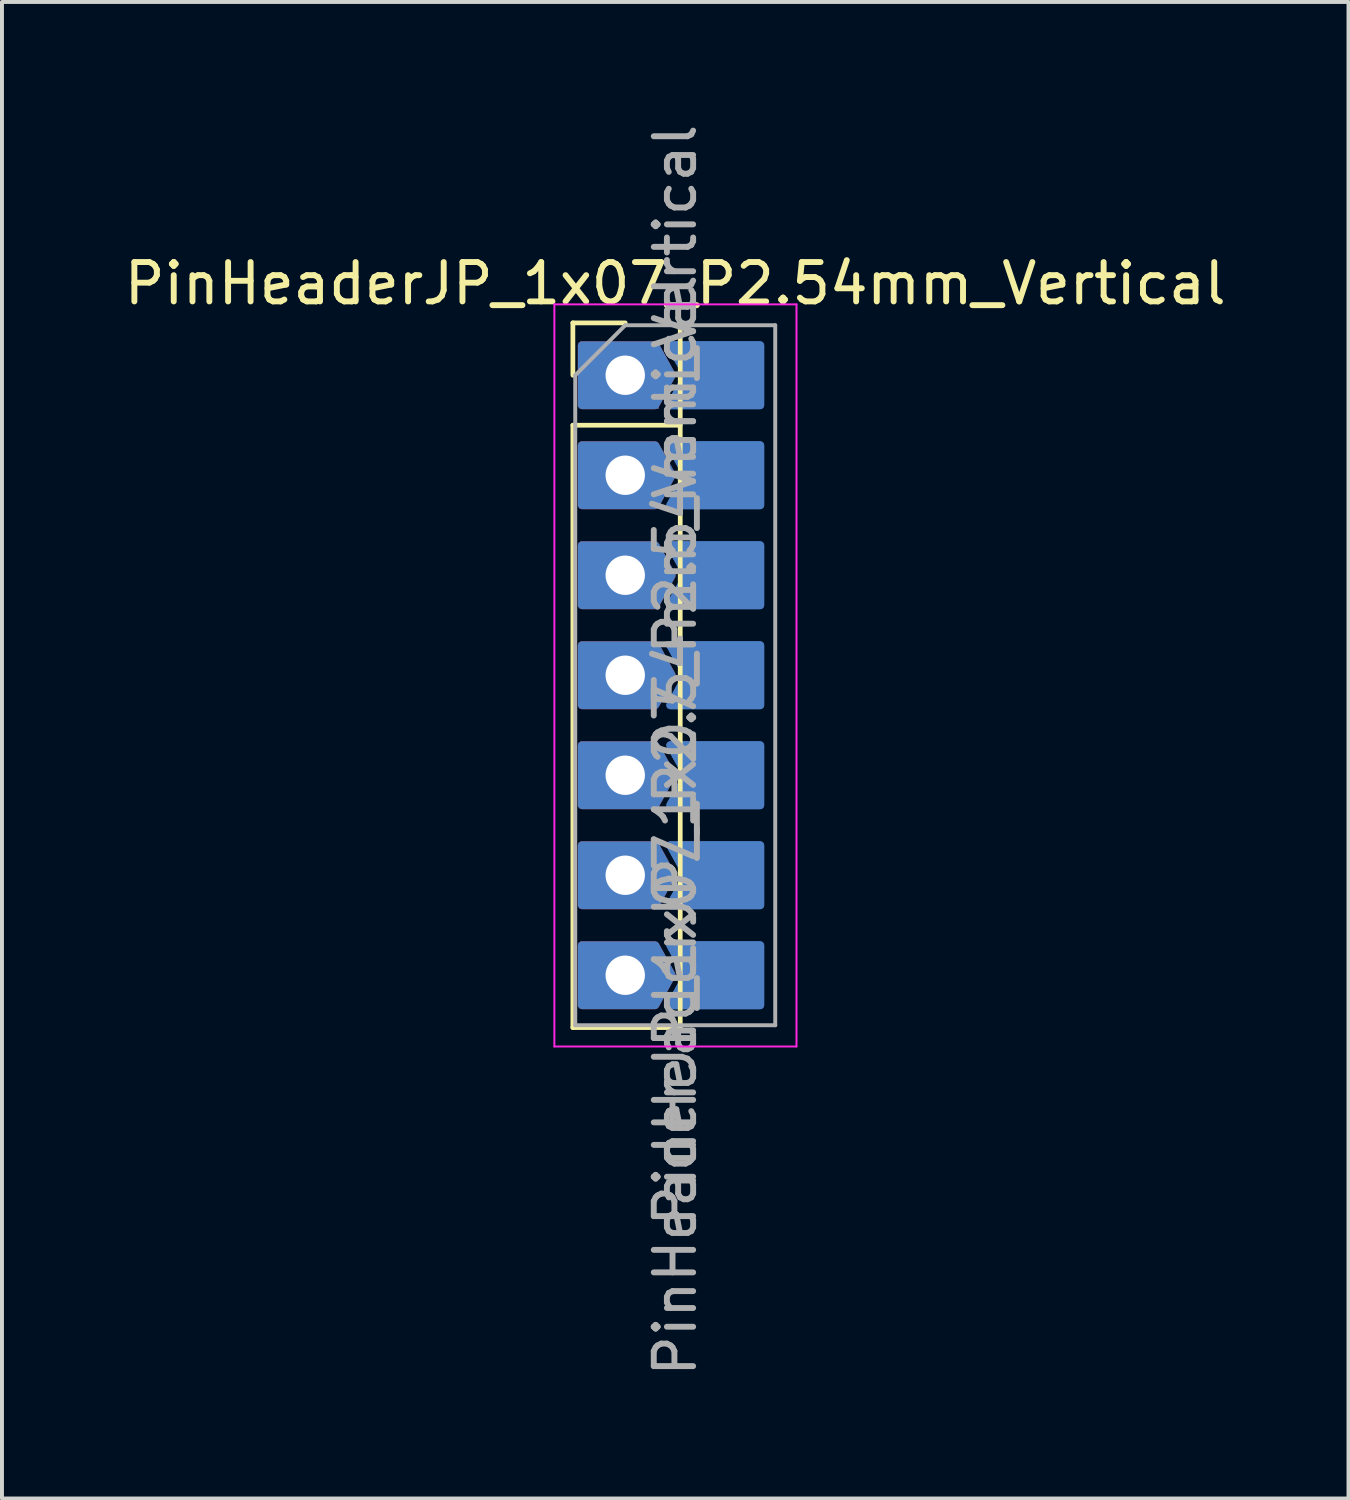
<source format=kicad_pcb>
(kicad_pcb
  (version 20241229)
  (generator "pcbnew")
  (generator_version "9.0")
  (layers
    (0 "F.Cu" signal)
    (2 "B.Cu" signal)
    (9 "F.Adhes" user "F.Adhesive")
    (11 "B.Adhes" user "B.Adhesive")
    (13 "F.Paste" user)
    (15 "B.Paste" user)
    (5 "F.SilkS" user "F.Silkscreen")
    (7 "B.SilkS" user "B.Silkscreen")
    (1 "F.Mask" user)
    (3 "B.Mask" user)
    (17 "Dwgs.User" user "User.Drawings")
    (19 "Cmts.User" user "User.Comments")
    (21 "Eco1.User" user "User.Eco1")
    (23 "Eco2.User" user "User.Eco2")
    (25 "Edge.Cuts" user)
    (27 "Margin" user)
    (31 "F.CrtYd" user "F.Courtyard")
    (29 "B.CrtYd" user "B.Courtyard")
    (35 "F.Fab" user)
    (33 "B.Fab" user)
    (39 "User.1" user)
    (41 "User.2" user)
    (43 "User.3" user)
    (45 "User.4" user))
  (footprint "PinHeaderJP_1x07_P2.54mm_Vertical"
    (layer "F.Cu")
    (at 12.831 6.481)
    (property "Reference" "PinHeaderJP_1x07_P2.54mm_Vertical" (at 1.27 -2.33 0) (layer "F.SilkS") (effects (font (size 1 1) (thickness 0.15))))
    (attr through_hole)
    (fp_poly (pts (xy 1.143 -0.762) (xy 1.563 0) (xy 1.143 0.762) (xy 3.429 0.762) (xy 3.429 -0.762)) (stroke (width 0.2) (type solid)) (fill yes) (layer "B.Cu"))
    (fp_poly (pts (xy 1.143 1.778) (xy 1.563 2.54) (xy 1.143 3.302) (xy 3.429 3.302) (xy 3.429 1.778)) (stroke (width 0.2) (type solid)) (fill yes) (layer "B.Cu"))
    (fp_poly (pts (xy 1.143 4.318) (xy 1.563 5.08) (xy 1.143 5.842) (xy 3.429 5.842) (xy 3.429 4.318)) (stroke (width 0.2) (type solid)) (fill yes) (layer "B.Cu"))
    (fp_poly (pts (xy 1.143 6.858) (xy 1.563 7.62) (xy 1.143 8.382) (xy 3.429 8.382) (xy 3.429 6.858)) (stroke (width 0.2) (type solid)) (fill yes) (layer "B.Cu"))
    (fp_poly (pts (xy 1.143 9.398) (xy 1.563 10.16) (xy 1.143 10.922) (xy 3.429 10.922) (xy 3.429 9.398)) (stroke (width 0.2) (type solid)) (fill yes) (layer "B.Cu"))
    (fp_poly (pts (xy 1.143 11.938) (xy 1.563 12.7) (xy 1.143 13.462) (xy 3.429 13.462) (xy 3.429 11.938)) (stroke (width 0.2) (type solid)) (fill yes) (layer "B.Cu"))
    (fp_poly (pts (xy 1.143 14.478) (xy 1.563 15.24) (xy 1.143 16.002) (xy 3.429 16.002) (xy 3.429 14.478)) (stroke (width 0.2) (type solid)) (fill yes) (layer "B.Cu"))
    (fp_line (start -1.33 -1.33) (end 0 -1.33) (stroke (width 0.12) (type solid)) (layer "F.SilkS"))
    (fp_line (start -1.33 0) (end -1.33 -1.33) (stroke (width 0.12) (type solid)) (layer "F.SilkS"))
    (fp_line (start -1.33 1.27) (end -1.33 16.57) (stroke (width 0.12) (type solid)) (layer "F.SilkS"))
    (fp_line (start -1.33 1.27) (end 1.397 1.27) (stroke (width 0.12) (type solid)) (layer "F.SilkS"))
    (fp_line (start -1.33 16.57) (end 1.397 16.57) (stroke (width 0.12) (type solid)) (layer "F.SilkS"))
    (fp_line (start 1.397 -1.33) (end 1.397 16.57) (stroke (width 0.12) (type solid)) (layer "F.SilkS"))
    (fp_line (start -1.8 -1.8) (end -1.8 17.05) (stroke (width 0.05) (type solid)) (layer "F.CrtYd"))
    (fp_line (start -1.8 17.05) (end 4.35 17.05) (stroke (width 0.05) (type solid)) (layer "F.CrtYd"))
    (fp_line (start 4.35 -1.8) (end -1.8 -1.8) (stroke (width 0.05) (type solid)) (layer "F.CrtYd"))
    (fp_line (start 4.35 17.05) (end 4.35 -1.8) (stroke (width 0.05) (type solid)) (layer "F.CrtYd"))
    (fp_line (start -1.27 0) (end 0 -1.27) (stroke (width 0.1) (type solid)) (layer "F.Fab"))
    (fp_line (start -1.27 16.51) (end -1.27 0) (stroke (width 0.1) (type solid)) (layer "F.Fab"))
    (fp_line (start 0 -1.27) (end 3.81 -1.27) (stroke (width 0.1) (type solid)) (layer "F.Fab"))
    (fp_line (start 3.81 -1.27) (end 3.81 16.51) (stroke (width 0.1) (type solid)) (layer "F.Fab"))
    (fp_line (start 3.81 16.51) (end -1.27 16.51) (stroke (width 0.1) (type solid)) (layer "F.Fab"))
    (fp_text user "${REFERENCE}" (at 1.27 11.43 90) (layer "F.Fab") (effects (font (size 1 1) (thickness 0.15))))
    (fp_text user "${REFERENCE}" (at 1.27 7.62 90) (layer "F.Fab") (effects (font (size 1 1) (thickness 0.15))))
    (pad "1" thru_hole custom (at 0 0) (size 1.7 1.7) (drill 1) (layers "*.Cu" "*.Mask") (options (anchor rect)) (primitives (gr_poly (pts (xy -1.104 -0.762) (xy -1.104 0.762) (xy 0.762 0.762) (xy 1.182 0) (xy 0.762 -0.762)) (width 0.2) (fill yes))))
    (pad "2" smd custom (at 2.413 0) (size 1.7 1.7) (layers "B.Cu" "B.Mask" "B.Paste") (options (anchor circle)) (primitives (gr_poly (pts (xy 0.85 0) (xy 0.831 -0.177) (xy 0.777 -0.346) (xy 0.688 -0.5) (xy 0.569 -0.632) (xy 0.425 -0.736) (xy 0.263 -0.808) (xy 0.089 -0.845) (xy -0.089 -0.845) (xy -0.263 -0.808) (xy -0.425 -0.736) (xy -0.569 -0.632) (xy -0.688 -0.5) (xy -0.777 -0.346) (xy -0.831 -0.177) (xy -0.85 0) (xy -0.831 0.177) (xy -0.777 0.346) (xy -0.688 0.5) (xy -0.569 0.632) (xy -0.425 0.736) (xy -0.263 0.808) (xy -0.089 0.845) (xy 0.089 0.845) (xy 0.263 0.808) (xy 0.425 0.736) (xy 0.569 0.632) (xy 0.688 0.5) (xy 0.777 0.346) (xy 0.831 0.177) (xy 0.85 0)) (width 0) (fill yes)) (gr_poly (pts (xy -1.27 -0.762) (xy -0.85 0) (xy -1.27 0.762) (xy 1.016 0.762) (xy 1.016 -0.762)) (width 0.2) (fill yes))))
    (pad "3" thru_hole custom (at 0 2.54) (size 1.7 1.7) (drill 1) (layers "*.Cu" "*.Mask") (options (anchor circle)) (primitives (gr_poly (pts (xy 0.85 0) (xy 0.831 -0.177) (xy 0.777 -0.346) (xy 0.688 -0.5) (xy 0.569 -0.632) (xy 0.425 -0.736) (xy 0.263 -0.808) (xy 0.089 -0.845) (xy -0.089 -0.845) (xy -0.263 -0.808) (xy -0.425 -0.736) (xy -0.569 -0.632) (xy -0.688 -0.5) (xy -0.777 -0.346) (xy -0.831 -0.177) (xy -0.85 0) (xy -0.831 0.177) (xy -0.777 0.346) (xy -0.688 0.5) (xy -0.569 0.632) (xy -0.425 0.736) (xy -0.263 0.808) (xy -0.089 0.845) (xy 0.089 0.845) (xy 0.263 0.808) (xy 0.425 0.736) (xy 0.569 0.632) (xy 0.688 0.5) (xy 0.777 0.346) (xy 0.831 0.177) (xy 0.85 0)) (width 0) (fill yes)) (gr_poly (pts (xy -1.104 -0.762) (xy -1.104 0.762) (xy 0.762 0.762) (xy 1.182 0) (xy 0.762 -0.762)) (width 0.2) (fill yes))))
    (pad "4" smd custom (at 2.413 2.54) (size 1.7 1.7) (layers "B.Cu" "B.Mask" "B.Paste") (options (anchor circle)) (primitives (gr_poly (pts (xy 0.85 0) (xy 0.831 -0.177) (xy 0.777 -0.346) (xy 0.688 -0.5) (xy 0.569 -0.632) (xy 0.425 -0.736) (xy 0.263 -0.808) (xy 0.089 -0.845) (xy -0.089 -0.845) (xy -0.263 -0.808) (xy -0.425 -0.736) (xy -0.569 -0.632) (xy -0.688 -0.5) (xy -0.777 -0.346) (xy -0.831 -0.177) (xy -0.85 0) (xy -0.831 0.177) (xy -0.777 0.346) (xy -0.688 0.5) (xy -0.569 0.632) (xy -0.425 0.736) (xy -0.263 0.808) (xy -0.089 0.845) (xy 0.089 0.845) (xy 0.263 0.808) (xy 0.425 0.736) (xy 0.569 0.632) (xy 0.688 0.5) (xy 0.777 0.346) (xy 0.831 0.177) (xy 0.85 0)) (width 0) (fill yes)) (gr_poly (pts (xy -1.27 -0.762) (xy -0.85 0) (xy -1.27 0.762) (xy 1.016 0.762) (xy 1.016 -0.762)) (width 0.2) (fill yes))))
    (pad "5" thru_hole custom (at 0 5.08) (size 1.7 1.7) (drill 1) (layers "*.Cu" "*.Mask") (options (anchor circle)) (primitives (gr_poly (pts (xy 0.85 0) (xy 0.831 -0.177) (xy 0.777 -0.346) (xy 0.688 -0.5) (xy 0.569 -0.632) (xy 0.425 -0.736) (xy 0.263 -0.808) (xy 0.089 -0.845) (xy -0.089 -0.845) (xy -0.263 -0.808) (xy -0.425 -0.736) (xy -0.569 -0.632) (xy -0.688 -0.5) (xy -0.777 -0.346) (xy -0.831 -0.177) (xy -0.85 0) (xy -0.831 0.177) (xy -0.777 0.346) (xy -0.688 0.5) (xy -0.569 0.632) (xy -0.425 0.736) (xy -0.263 0.808) (xy -0.089 0.845) (xy 0.089 0.845) (xy 0.263 0.808) (xy 0.425 0.736) (xy 0.569 0.632) (xy 0.688 0.5) (xy 0.777 0.346) (xy 0.831 0.177) (xy 0.85 0)) (width 0) (fill yes)) (gr_poly (pts (xy -1.104 -0.762) (xy -1.104 0.762) (xy 0.762 0.762) (xy 1.182 0) (xy 0.762 -0.762)) (width 0.2) (fill yes))))
    (pad "6" smd custom (at 2.413 5.08) (size 1.7 1.7) (layers "B.Cu" "B.Mask" "B.Paste") (options (anchor circle)) (primitives (gr_poly (pts (xy 0.85 0) (xy 0.831 -0.177) (xy 0.777 -0.346) (xy 0.688 -0.5) (xy 0.569 -0.632) (xy 0.425 -0.736) (xy 0.263 -0.808) (xy 0.089 -0.845) (xy -0.089 -0.845) (xy -0.263 -0.808) (xy -0.425 -0.736) (xy -0.569 -0.632) (xy -0.688 -0.5) (xy -0.777 -0.346) (xy -0.831 -0.177) (xy -0.85 0) (xy -0.831 0.177) (xy -0.777 0.346) (xy -0.688 0.5) (xy -0.569 0.632) (xy -0.425 0.736) (xy -0.263 0.808) (xy -0.089 0.845) (xy 0.089 0.845) (xy 0.263 0.808) (xy 0.425 0.736) (xy 0.569 0.632) (xy 0.688 0.5) (xy 0.777 0.346) (xy 0.831 0.177) (xy 0.85 0)) (width 0) (fill yes)) (gr_poly (pts (xy -1.27 -0.762) (xy -0.85 0) (xy -1.27 0.762) (xy 1.016 0.762) (xy 1.016 -0.762)) (width 0.2) (fill yes))))
    (pad "7" thru_hole custom (at 0 7.62) (size 1.7 1.7) (drill 1) (layers "*.Cu" "*.Mask") (options (anchor circle)) (primitives (gr_poly (pts (xy 0.85 0) (xy 0.831 -0.177) (xy 0.777 -0.346) (xy 0.688 -0.5) (xy 0.569 -0.632) (xy 0.425 -0.736) (xy 0.263 -0.808) (xy 0.089 -0.845) (xy -0.089 -0.845) (xy -0.263 -0.808) (xy -0.425 -0.736) (xy -0.569 -0.632) (xy -0.688 -0.5) (xy -0.777 -0.346) (xy -0.831 -0.177) (xy -0.85 0) (xy -0.831 0.177) (xy -0.777 0.346) (xy -0.688 0.5) (xy -0.569 0.632) (xy -0.425 0.736) (xy -0.263 0.808) (xy -0.089 0.845) (xy 0.089 0.845) (xy 0.263 0.808) (xy 0.425 0.736) (xy 0.569 0.632) (xy 0.688 0.5) (xy 0.777 0.346) (xy 0.831 0.177) (xy 0.85 0)) (width 0) (fill yes)) (gr_poly (pts (xy -1.104 -0.762) (xy -1.104 0.762) (xy 0.762 0.762) (xy 1.182 0) (xy 0.762 -0.762)) (width 0.2) (fill yes))))
    (pad "8" smd custom (at 2.413 7.62) (size 1.7 1.7) (layers "B.Cu" "B.Mask" "B.Paste") (options (anchor circle)) (primitives (gr_poly (pts (xy 0.85 0) (xy 0.831 -0.177) (xy 0.777 -0.346) (xy 0.688 -0.5) (xy 0.569 -0.632) (xy 0.425 -0.736) (xy 0.263 -0.808) (xy 0.089 -0.845) (xy -0.089 -0.845) (xy -0.263 -0.808) (xy -0.425 -0.736) (xy -0.569 -0.632) (xy -0.688 -0.5) (xy -0.777 -0.346) (xy -0.831 -0.177) (xy -0.85 0) (xy -0.831 0.177) (xy -0.777 0.346) (xy -0.688 0.5) (xy -0.569 0.632) (xy -0.425 0.736) (xy -0.263 0.808) (xy -0.089 0.845) (xy 0.089 0.845) (xy 0.263 0.808) (xy 0.425 0.736) (xy 0.569 0.632) (xy 0.688 0.5) (xy 0.777 0.346) (xy 0.831 0.177) (xy 0.85 0)) (width 0) (fill yes)) (gr_poly (pts (xy -1.27 -0.762) (xy -0.85 0) (xy -1.27 0.762) (xy 1.016 0.762) (xy 1.016 -0.762)) (width 0.2) (fill yes))))
    (pad "9" thru_hole custom (at 0 10.16) (size 1.7 1.7) (drill 1) (layers "*.Cu" "*.Mask") (options (anchor circle)) (primitives (gr_poly (pts (xy 0.85 0) (xy 0.831 -0.177) (xy 0.777 -0.346) (xy 0.688 -0.5) (xy 0.569 -0.632) (xy 0.425 -0.736) (xy 0.263 -0.808) (xy 0.089 -0.845) (xy -0.089 -0.845) (xy -0.263 -0.808) (xy -0.425 -0.736) (xy -0.569 -0.632) (xy -0.688 -0.5) (xy -0.777 -0.346) (xy -0.831 -0.177) (xy -0.85 0) (xy -0.831 0.177) (xy -0.777 0.346) (xy -0.688 0.5) (xy -0.569 0.632) (xy -0.425 0.736) (xy -0.263 0.808) (xy -0.089 0.845) (xy 0.089 0.845) (xy 0.263 0.808) (xy 0.425 0.736) (xy 0.569 0.632) (xy 0.688 0.5) (xy 0.777 0.346) (xy 0.831 0.177) (xy 0.85 0)) (width 0) (fill yes)) (gr_poly (pts (xy -1.104 -0.762) (xy -1.104 0.762) (xy 0.762 0.762) (xy 1.182 0) (xy 0.762 -0.762)) (width 0.2) (fill yes))))
    (pad "10" smd custom (at 2.413 10.16) (size 1.7 1.7) (layers "B.Cu" "B.Mask" "B.Paste") (options (anchor circle)) (primitives (gr_poly (pts (xy 0.85 0) (xy 0.831 -0.177) (xy 0.777 -0.346) (xy 0.688 -0.5) (xy 0.569 -0.632) (xy 0.425 -0.736) (xy 0.263 -0.808) (xy 0.089 -0.845) (xy -0.089 -0.845) (xy -0.263 -0.808) (xy -0.425 -0.736) (xy -0.569 -0.632) (xy -0.688 -0.5) (xy -0.777 -0.346) (xy -0.831 -0.177) (xy -0.85 0) (xy -0.831 0.177) (xy -0.777 0.346) (xy -0.688 0.5) (xy -0.569 0.632) (xy -0.425 0.736) (xy -0.263 0.808) (xy -0.089 0.845) (xy 0.089 0.845) (xy 0.263 0.808) (xy 0.425 0.736) (xy 0.569 0.632) (xy 0.688 0.5) (xy 0.777 0.346) (xy 0.831 0.177) (xy 0.85 0)) (width 0) (fill yes)) (gr_poly (pts (xy -1.27 -0.762) (xy -0.85 0) (xy -1.27 0.762) (xy 1.016 0.762) (xy 1.016 -0.762)) (width 0.2) (fill yes))))
    (pad "11" thru_hole custom (at 0 12.7) (size 1.7 1.7) (drill 1) (layers "*.Cu" "*.Mask") (options (anchor circle)) (primitives (gr_poly (pts (xy 0.85 0) (xy 0.831 -0.177) (xy 0.777 -0.346) (xy 0.688 -0.5) (xy 0.569 -0.632) (xy 0.425 -0.736) (xy 0.263 -0.808) (xy 0.089 -0.845) (xy -0.089 -0.845) (xy -0.263 -0.808) (xy -0.425 -0.736) (xy -0.569 -0.632) (xy -0.688 -0.5) (xy -0.777 -0.346) (xy -0.831 -0.177) (xy -0.85 0) (xy -0.831 0.177) (xy -0.777 0.346) (xy -0.688 0.5) (xy -0.569 0.632) (xy -0.425 0.736) (xy -0.263 0.808) (xy -0.089 0.845) (xy 0.089 0.845) (xy 0.263 0.808) (xy 0.425 0.736) (xy 0.569 0.632) (xy 0.688 0.5) (xy 0.777 0.346) (xy 0.831 0.177) (xy 0.85 0)) (width 0) (fill yes)) (gr_poly (pts (xy -1.104 -0.762) (xy -1.104 0.762) (xy 0.762 0.762) (xy 1.182 0) (xy 0.762 -0.762)) (width 0.2) (fill yes))))
    (pad "12" smd custom (at 2.413 12.7) (size 1.7 1.7) (layers "B.Cu" "B.Mask" "B.Paste") (options (anchor circle)) (primitives (gr_poly (pts (xy 0.85 0) (xy 0.831 -0.177) (xy 0.777 -0.346) (xy 0.688 -0.5) (xy 0.569 -0.632) (xy 0.425 -0.736) (xy 0.263 -0.808) (xy 0.089 -0.845) (xy -0.089 -0.845) (xy -0.263 -0.808) (xy -0.425 -0.736) (xy -0.569 -0.632) (xy -0.688 -0.5) (xy -0.777 -0.346) (xy -0.831 -0.177) (xy -0.85 0) (xy -0.831 0.177) (xy -0.777 0.346) (xy -0.688 0.5) (xy -0.569 0.632) (xy -0.425 0.736) (xy -0.263 0.808) (xy -0.089 0.845) (xy 0.089 0.845) (xy 0.263 0.808) (xy 0.425 0.736) (xy 0.569 0.632) (xy 0.688 0.5) (xy 0.777 0.346) (xy 0.831 0.177) (xy 0.85 0)) (width 0) (fill yes)) (gr_poly (pts (xy -1.27 -0.762) (xy -0.85 0) (xy -1.27 0.762) (xy 1.016 0.762) (xy 1.016 -0.762)) (width 0.2) (fill yes))))
    (pad "13" thru_hole custom (at 0 15.24) (size 1.7 1.7) (drill 1) (layers "*.Cu" "*.Mask") (options (anchor circle)) (primitives (gr_poly (pts (xy 0.85 0) (xy 0.831 -0.177) (xy 0.777 -0.346) (xy 0.688 -0.5) (xy 0.569 -0.632) (xy 0.425 -0.736) (xy 0.263 -0.808) (xy 0.089 -0.845) (xy -0.089 -0.845) (xy -0.263 -0.808) (xy -0.425 -0.736) (xy -0.569 -0.632) (xy -0.688 -0.5) (xy -0.777 -0.346) (xy -0.831 -0.177) (xy -0.85 0) (xy -0.831 0.177) (xy -0.777 0.346) (xy -0.688 0.5) (xy -0.569 0.632) (xy -0.425 0.736) (xy -0.263 0.808) (xy -0.089 0.845) (xy 0.089 0.845) (xy 0.263 0.808) (xy 0.425 0.736) (xy 0.569 0.632) (xy 0.688 0.5) (xy 0.777 0.346) (xy 0.831 0.177) (xy 0.85 0)) (width 0) (fill yes)) (gr_poly (pts (xy -1.104 -0.762) (xy -1.104 0.762) (xy 0.762 0.762) (xy 1.182 0) (xy 0.762 -0.762)) (width 0.2) (fill yes))))
    (pad "14" smd custom (at 2.413 15.24) (size 1.7 1.7) (layers "B.Cu" "B.Mask" "B.Paste") (options (anchor circle)) (primitives (gr_poly (pts (xy 0.85 0) (xy 0.831 -0.177) (xy 0.777 -0.346) (xy 0.688 -0.5) (xy 0.569 -0.632) (xy 0.425 -0.736) (xy 0.263 -0.808) (xy 0.089 -0.845) (xy -0.089 -0.845) (xy -0.263 -0.808) (xy -0.425 -0.736) (xy -0.569 -0.632) (xy -0.688 -0.5) (xy -0.777 -0.346) (xy -0.831 -0.177) (xy -0.85 0) (xy -0.831 0.177) (xy -0.777 0.346) (xy -0.688 0.5) (xy -0.569 0.632) (xy -0.425 0.736) (xy -0.263 0.808) (xy -0.089 0.845) (xy 0.089 0.845) (xy 0.263 0.808) (xy 0.425 0.736) (xy 0.569 0.632) (xy 0.688 0.5) (xy 0.777 0.346) (xy 0.831 0.177) (xy 0.85 0)) (width 0) (fill yes)) (gr_poly (pts (xy -1.27 -0.762) (xy -0.85 0) (xy -1.27 0.762) (xy 1.016 0.762) (xy 1.016 -0.762)) (width 0.2) (fill yes)))))
  (gr_rect
    (start -3 -3)
    (end 31.202 35.012)
    (stroke (width 0.1) (type default))
    (fill no)
    (layer "Edge.Cuts")))
</source>
